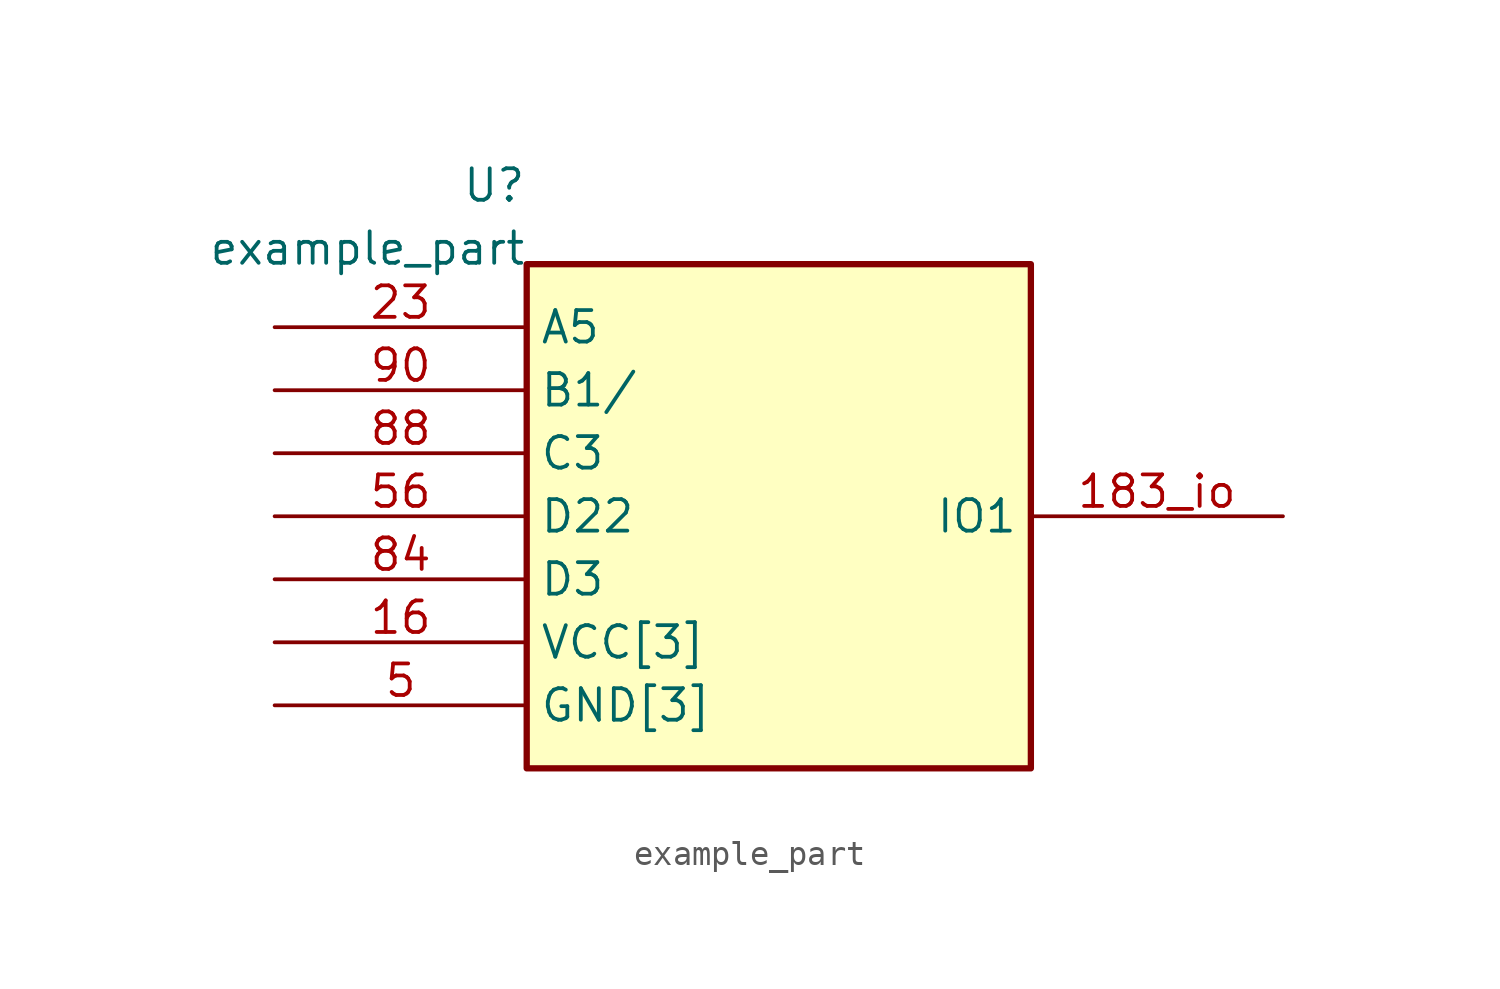
<source format=kicad_sym>
(kicad_symbol_lib
  (version 20241209)
  (generator "kicad_symbol_editor")
  (generator_version "8.0")
  (symbol "example_part"
    (property "Reference" "U"
      (at -10.16 13.335 0)
      (effects (font (size 1.27 1.27)) (justify right) (hide no)))
    (property "Value" "example_part"
      (at -10.16 10.795 0)
      (effects (font (size 1.27 1.27)) (justify right) (hide no)))
    (symbol "example_part_1_1"
      (rectangle (start -10.16 -10.16) (end 10.16 10.16) (stroke (width 0.254) (type solid)) (fill (type background)))
      (pin input line (at -20.32 7.62 0) (length 10.16) (name "A5" (effects (font (size 1.27 1.27)))) (number "23" (effects (font (size 1.27 1.27)))))
      (pin output line (at -20.32 5.08 0) (length 10.16) (name "B1/" (effects (font (size 1.27 1.27)))) (number "90" (effects (font (size 1.27 1.27)))) (alternate "Q1" output line))
      (pin bidirectional line (at -20.32 2.54 0) (length 10.16) (name "C3" (effects (font (size 1.27 1.27)))) (number "88" (effects (font (size 1.27 1.27)))))
      (pin tri_state line (at -20.32 0.0 0) (length 10.16) (name "D22" (effects (font (size 1.27 1.27)))) (number "56" (effects (font (size 1.27 1.27)))))
      (pin tri_state line (at -20.32 -2.54 0) (length 10.16) (name "D3" (effects (font (size 1.27 1.27)))) (number "84" (effects (font (size 1.27 1.27)))))
      (pin power_in line (at -20.32 -5.08 0) (length 10.16) (name "VCC[3]" (effects (font (size 1.27 1.27)))) (number "16" (effects (font (size 1.27 1.27)))))
      (pin power_in line (at -20.32 -5.08 0) (length 10.16) (hide yes) (name "VCC[3]" (effects (font (size 1.27 1.27)))) (number "29" (effects (font (size 1.27 1.27)))))
      (pin power_in line (at -20.32 -5.08 0) (length 10.16) (hide yes) (name "VCC[3]" (effects (font (size 1.27 1.27)))) (number "99" (effects (font (size 1.27 1.27)))))
      (pin power_in line (at -20.32 -7.62 0) (length 10.16) (name "GND[3]" (effects (font (size 1.27 1.27)))) (number "5" (effects (font (size 1.27 1.27)))))
      (pin power_in line (at -20.32 -7.62 0) (length 10.16) (hide yes) (name "GND[3]" (effects (font (size 1.27 1.27)))) (number "98" (effects (font (size 1.27 1.27)))))
      (pin power_in line (at -20.32 -7.62 0) (length 10.16) (hide yes) (name "GND[3]" (effects (font (size 1.27 1.27)))) (number "59" (effects (font (size 1.27 1.27)))))
      (pin bidirectional line (at 20.32 0.0 180) (length 10.16) (name "IO1" (effects (font (size 1.27 1.27)))) (number "183 io" (effects (font (size 1.27 1.27))))))))
</source>
